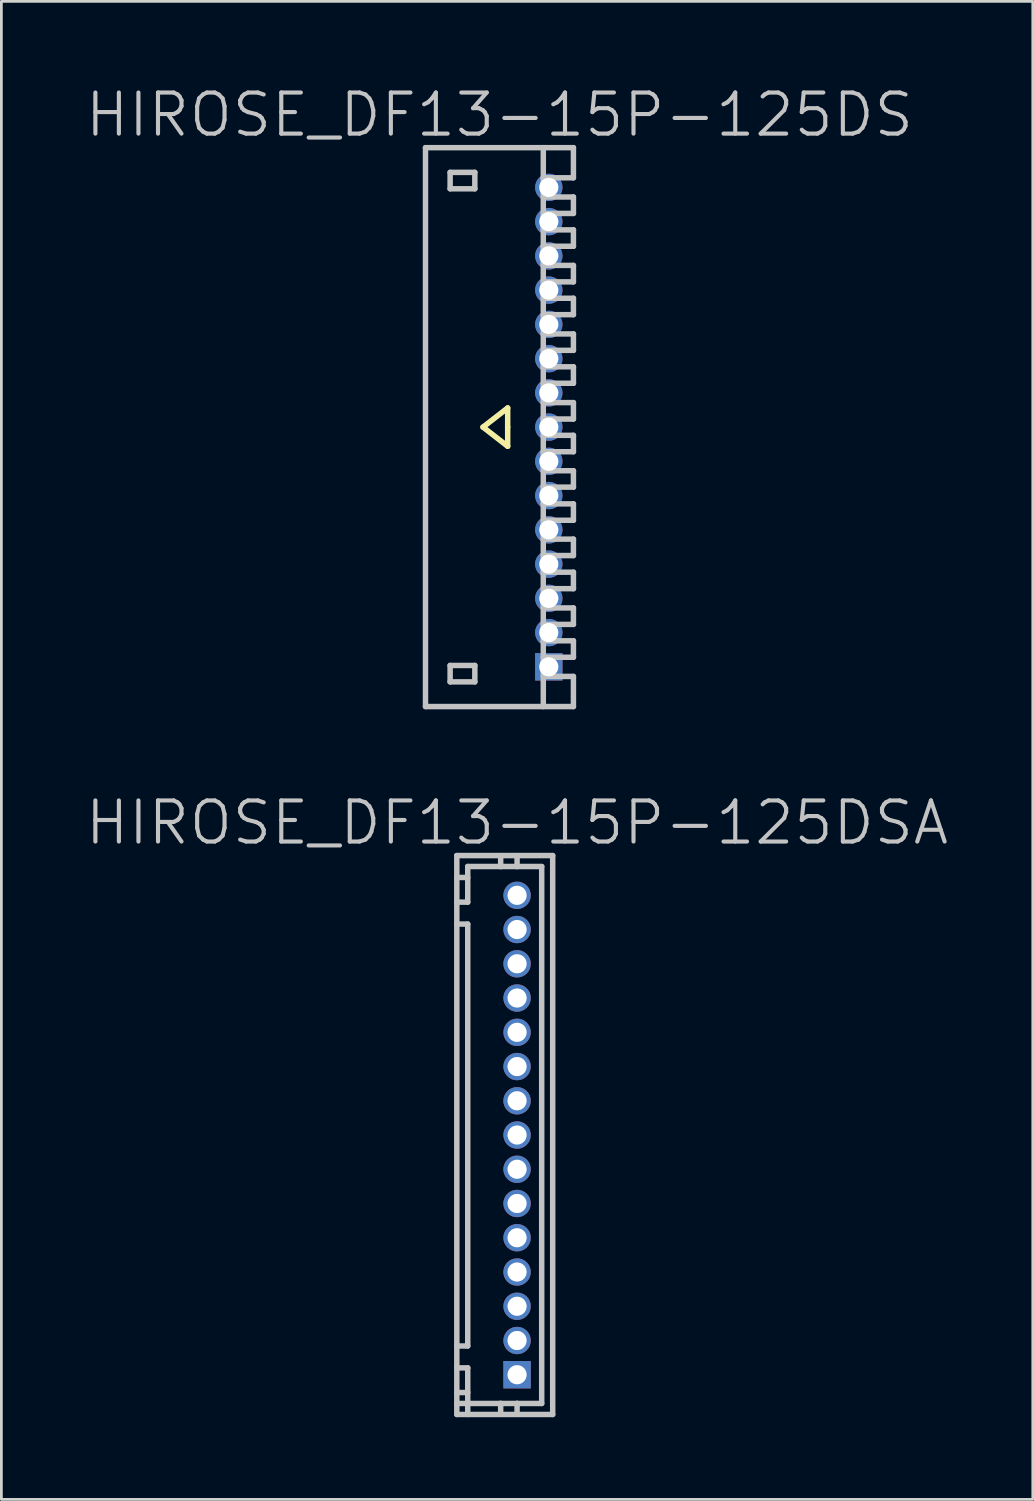
<source format=kicad_pcb>
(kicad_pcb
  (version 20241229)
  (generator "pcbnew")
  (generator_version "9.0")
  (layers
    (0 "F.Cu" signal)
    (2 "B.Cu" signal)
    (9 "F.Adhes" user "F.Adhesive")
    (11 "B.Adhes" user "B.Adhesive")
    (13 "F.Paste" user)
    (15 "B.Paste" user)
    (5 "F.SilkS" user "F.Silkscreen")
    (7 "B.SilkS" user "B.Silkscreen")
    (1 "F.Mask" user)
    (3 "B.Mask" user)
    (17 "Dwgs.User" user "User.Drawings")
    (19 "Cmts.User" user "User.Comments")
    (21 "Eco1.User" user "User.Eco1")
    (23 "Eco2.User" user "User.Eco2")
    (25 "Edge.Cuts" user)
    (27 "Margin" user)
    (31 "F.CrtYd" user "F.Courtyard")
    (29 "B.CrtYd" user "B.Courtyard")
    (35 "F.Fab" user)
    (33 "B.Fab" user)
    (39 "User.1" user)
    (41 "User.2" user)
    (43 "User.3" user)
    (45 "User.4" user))
  (footprint "HIROSE_DF13-15P-125DSA"
    (layer "F.Cu")
    (at 15.825 38.382)
    (property "Reference" "HIROSE_DF13-15P-125DSA" (at 0 -11.4 180) (layer "Dwgs.User") (effects (font (size 1.5 1.5) (thickness 0.15))))
    (attr through_hole)
    (fp_line (start -2.2 -10.201) (end -2.2 10.201) (stroke (width 0.2) (type solid)) (layer "Dwgs.User"))
    (fp_line (start -2.2 -10.201) (end 1.3 -10.201) (stroke (width 0.2) (type solid)) (layer "Dwgs.User"))
    (fp_line (start -2.2 -7.701) (end -1.801 -7.701) (stroke (width 0.2) (type solid)) (layer "Dwgs.User"))
    (fp_line (start -2.2 7.701) (end -1.801 7.701) (stroke (width 0.2) (type solid)) (layer "Dwgs.User"))
    (fp_line (start -1.801 -9.401) (end -2.2 -9.401) (stroke (width 0.2) (type solid)) (layer "Dwgs.User"))
    (fp_line (start -1.801 -8.501) (end -2.2 -8.501) (stroke (width 0.2) (type solid)) (layer "Dwgs.User"))
    (fp_line (start -1.801 -8.501) (end -1.801 -9.802) (stroke (width 0.2) (type solid)) (layer "Dwgs.User"))
    (fp_line (start -1.801 7.699) (end -1.801 -7.699) (stroke (width 0.2) (type solid)) (layer "Dwgs.User"))
    (fp_line (start -1.801 8.499) (end -2.2 8.499) (stroke (width 0.2) (type solid)) (layer "Dwgs.User"))
    (fp_line (start -1.801 8.499) (end -1.801 10.201) (stroke (width 0.2) (type solid)) (layer "Dwgs.User"))
    (fp_line (start -1.801 9.401) (end -2.2 9.401) (stroke (width 0.2) (type solid)) (layer "Dwgs.User"))
    (fp_line (start -0.599 -9.797) (end -0.599 -10.198) (stroke (width 0.2) (type solid)) (layer "Dwgs.User"))
    (fp_line (start -0.599 10.193) (end -0.599 9.792) (stroke (width 0.2) (type solid)) (layer "Dwgs.User"))
    (fp_line (start -0.099 -8.801) (end -0.099 -8.6) (stroke (width 0.2) (type solid)) (layer "Dwgs.User"))
    (fp_line (start -0.099 -8.6) (end 0.099 -8.6) (stroke (width 0.2) (type solid)) (layer "Dwgs.User"))
    (fp_line (start -0.099 -7.6) (end -0.099 -7.399) (stroke (width 0.2) (type solid)) (layer "Dwgs.User"))
    (fp_line (start -0.099 -7.399) (end 0.099 -7.399) (stroke (width 0.2) (type solid)) (layer "Dwgs.User"))
    (fp_line (start -0.099 -6.299) (end -0.099 -6.101) (stroke (width 0.2) (type solid)) (layer "Dwgs.User"))
    (fp_line (start -0.099 -6.101) (end 0.099 -6.101) (stroke (width 0.2) (type solid)) (layer "Dwgs.User"))
    (fp_line (start -0.099 -5.1) (end -0.099 -4.9) (stroke (width 0.2) (type solid)) (layer "Dwgs.User"))
    (fp_line (start -0.099 -4.9) (end 0.099 -4.9) (stroke (width 0.2) (type solid)) (layer "Dwgs.User"))
    (fp_line (start -0.099 -3.8) (end -0.099 -3.599) (stroke (width 0.2) (type solid)) (layer "Dwgs.User"))
    (fp_line (start -0.099 -3.599) (end 0.099 -3.599) (stroke (width 0.2) (type solid)) (layer "Dwgs.User"))
    (fp_line (start -0.099 -2.601) (end -0.099 -2.4) (stroke (width 0.2) (type solid)) (layer "Dwgs.User"))
    (fp_line (start -0.099 -2.4) (end 0.099 -2.4) (stroke (width 0.2) (type solid)) (layer "Dwgs.User"))
    (fp_line (start -0.099 -1.3) (end -0.099 -1.1) (stroke (width 0.2) (type solid)) (layer "Dwgs.User"))
    (fp_line (start -0.099 -1.1) (end 0.099 -1.1) (stroke (width 0.2) (type solid)) (layer "Dwgs.User"))
    (fp_line (start -0.099 -0.099) (end 0.099 -0.099) (stroke (width 0.2) (type solid)) (layer "Dwgs.User"))
    (fp_line (start -0.099 0.099) (end -0.099 -0.099) (stroke (width 0.2) (type solid)) (layer "Dwgs.User"))
    (fp_line (start -0.099 1.1) (end 0.099 1.1) (stroke (width 0.2) (type solid)) (layer "Dwgs.User"))
    (fp_line (start -0.099 1.3) (end -0.099 1.1) (stroke (width 0.2) (type solid)) (layer "Dwgs.User"))
    (fp_line (start -0.099 2.4) (end -0.099 2.601) (stroke (width 0.2) (type solid)) (layer "Dwgs.User"))
    (fp_line (start -0.099 2.601) (end 0.099 2.601) (stroke (width 0.2) (type solid)) (layer "Dwgs.User"))
    (fp_line (start -0.099 3.599) (end 0.099 3.599) (stroke (width 0.2) (type solid)) (layer "Dwgs.User"))
    (fp_line (start -0.099 3.8) (end -0.099 3.599) (stroke (width 0.2) (type solid)) (layer "Dwgs.User"))
    (fp_line (start -0.099 4.9) (end 0.099 4.9) (stroke (width 0.2) (type solid)) (layer "Dwgs.User"))
    (fp_line (start -0.099 5.1) (end -0.099 4.9) (stroke (width 0.2) (type solid)) (layer "Dwgs.User"))
    (fp_line (start -0.099 6.101) (end 0.099 6.101) (stroke (width 0.2) (type solid)) (layer "Dwgs.User"))
    (fp_line (start -0.099 6.299) (end -0.099 6.101) (stroke (width 0.2) (type solid)) (layer "Dwgs.User"))
    (fp_line (start -0.099 7.399) (end 0.099 7.399) (stroke (width 0.2) (type solid)) (layer "Dwgs.User"))
    (fp_line (start -0.099 7.6) (end -0.099 7.399) (stroke (width 0.2) (type solid)) (layer "Dwgs.User"))
    (fp_line (start -0.099 8.6) (end 0.099 8.6) (stroke (width 0.2) (type solid)) (layer "Dwgs.User"))
    (fp_line (start -0.099 8.801) (end -0.099 8.6) (stroke (width 0.2) (type solid)) (layer "Dwgs.User"))
    (fp_line (start 0 -9.797) (end 0 -10.198) (stroke (width 0.2) (type solid)) (layer "Dwgs.User"))
    (fp_line (start 0 9.792) (end 0 10.193) (stroke (width 0.2) (type solid)) (layer "Dwgs.User"))
    (fp_line (start 0.099 -8.801) (end -0.099 -8.801) (stroke (width 0.2) (type solid)) (layer "Dwgs.User"))
    (fp_line (start 0.099 -8.6) (end 0.099 -8.801) (stroke (width 0.2) (type solid)) (layer "Dwgs.User"))
    (fp_line (start 0.099 -7.6) (end -0.099 -7.6) (stroke (width 0.2) (type solid)) (layer "Dwgs.User"))
    (fp_line (start 0.099 -7.399) (end 0.099 -7.6) (stroke (width 0.2) (type solid)) (layer "Dwgs.User"))
    (fp_line (start 0.099 -6.299) (end -0.099 -6.299) (stroke (width 0.2) (type solid)) (layer "Dwgs.User"))
    (fp_line (start 0.099 -6.101) (end 0.099 -6.299) (stroke (width 0.2) (type solid)) (layer "Dwgs.User"))
    (fp_line (start 0.099 -5.1) (end -0.099 -5.1) (stroke (width 0.2) (type solid)) (layer "Dwgs.User"))
    (fp_line (start 0.099 -4.9) (end 0.099 -5.1) (stroke (width 0.2) (type solid)) (layer "Dwgs.User"))
    (fp_line (start 0.099 -3.8) (end -0.099 -3.8) (stroke (width 0.2) (type solid)) (layer "Dwgs.User"))
    (fp_line (start 0.099 -3.599) (end 0.099 -3.8) (stroke (width 0.2) (type solid)) (layer "Dwgs.User"))
    (fp_line (start 0.099 -2.601) (end -0.099 -2.601) (stroke (width 0.2) (type solid)) (layer "Dwgs.User"))
    (fp_line (start 0.099 -2.4) (end 0.099 -2.601) (stroke (width 0.2) (type solid)) (layer "Dwgs.User"))
    (fp_line (start 0.099 -1.3) (end -0.099 -1.3) (stroke (width 0.2) (type solid)) (layer "Dwgs.User"))
    (fp_line (start 0.099 -1.1) (end 0.099 -1.3) (stroke (width 0.2) (type solid)) (layer "Dwgs.User"))
    (fp_line (start 0.099 -0.099) (end 0.099 0.099) (stroke (width 0.2) (type solid)) (layer "Dwgs.User"))
    (fp_line (start 0.099 0.099) (end -0.099 0.099) (stroke (width 0.2) (type solid)) (layer "Dwgs.User"))
    (fp_line (start 0.099 1.1) (end 0.099 1.3) (stroke (width 0.2) (type solid)) (layer "Dwgs.User"))
    (fp_line (start 0.099 1.3) (end -0.099 1.3) (stroke (width 0.2) (type solid)) (layer "Dwgs.User"))
    (fp_line (start 0.099 2.4) (end -0.099 2.4) (stroke (width 0.2) (type solid)) (layer "Dwgs.User"))
    (fp_line (start 0.099 2.601) (end 0.099 2.4) (stroke (width 0.2) (type solid)) (layer "Dwgs.User"))
    (fp_line (start 0.099 3.599) (end 0.099 3.8) (stroke (width 0.2) (type solid)) (layer "Dwgs.User"))
    (fp_line (start 0.099 3.8) (end -0.099 3.8) (stroke (width 0.2) (type solid)) (layer "Dwgs.User"))
    (fp_line (start 0.099 4.9) (end 0.099 5.1) (stroke (width 0.2) (type solid)) (layer "Dwgs.User"))
    (fp_line (start 0.099 5.1) (end -0.099 5.1) (stroke (width 0.2) (type solid)) (layer "Dwgs.User"))
    (fp_line (start 0.099 6.101) (end 0.099 6.299) (stroke (width 0.2) (type solid)) (layer "Dwgs.User"))
    (fp_line (start 0.099 6.299) (end -0.099 6.299) (stroke (width 0.2) (type solid)) (layer "Dwgs.User"))
    (fp_line (start 0.099 7.399) (end 0.099 7.6) (stroke (width 0.2) (type solid)) (layer "Dwgs.User"))
    (fp_line (start 0.099 7.6) (end -0.099 7.6) (stroke (width 0.2) (type solid)) (layer "Dwgs.User"))
    (fp_line (start 0.099 8.6) (end 0.099 8.801) (stroke (width 0.2) (type solid)) (layer "Dwgs.User"))
    (fp_line (start 0.099 8.801) (end -0.099 8.801) (stroke (width 0.2) (type solid)) (layer "Dwgs.User"))
    (fp_line (start 0.899 -9.802) (end -1.801 -9.802) (stroke (width 0.2) (type solid)) (layer "Dwgs.User"))
    (fp_line (start 0.899 -9.799) (end 0.899 9.799) (stroke (width 0.2) (type solid)) (layer "Dwgs.User"))
    (fp_line (start 0.899 9.799) (end -2.2 9.799) (stroke (width 0.2) (type solid)) (layer "Dwgs.User"))
    (fp_line (start 1.3 10.201) (end -2.2 10.201) (stroke (width 0.2) (type solid)) (layer "Dwgs.User"))
    (fp_line (start 1.3 10.201) (end 1.3 -10.201) (stroke (width 0.2) (type solid)) (layer "Dwgs.User"))
    (pad "1" thru_hole rect (at 0 8.75 270) (size 1 1) (drill 0.7) (layers "*.Cu" "*.Mask"))
    (pad "2" thru_hole circle (at 0 7.501 270) (size 1 1) (drill 0.7) (layers "*.Cu" "*.Mask"))
    (pad "3" thru_hole circle (at 0 6.251 270) (size 1 1) (drill 0.7) (layers "*.Cu" "*.Mask"))
    (pad "4" thru_hole circle (at 0 5.001 270) (size 1 1) (drill 0.7) (layers "*.Cu" "*.Mask"))
    (pad "5" thru_hole circle (at 0 3.749 270) (size 1 1) (drill 0.7) (layers "*.Cu" "*.Mask"))
    (pad "6" thru_hole circle (at 0 2.499 270) (size 1 1) (drill 0.7) (layers "*.Cu" "*.Mask"))
    (pad "7" thru_hole circle (at 0 1.25 270) (size 1 1) (drill 0.7) (layers "*.Cu" "*.Mask"))
    (pad "8" thru_hole circle (at 0 0 270) (size 1 1) (drill 0.7) (layers "*.Cu" "*.Mask"))
    (pad "9" thru_hole circle (at 0 -1.25 270) (size 1 1) (drill 0.7) (layers "*.Cu" "*.Mask"))
    (pad "10" thru_hole circle (at 0 -2.499 270) (size 1 1) (drill 0.7) (layers "*.Cu" "*.Mask"))
    (pad "11" thru_hole circle (at 0 -3.749 270) (size 1 1) (drill 0.7) (layers "*.Cu" "*.Mask"))
    (pad "12" thru_hole circle (at 0 -5.001 270) (size 1 1) (drill 0.7) (layers "*.Cu" "*.Mask"))
    (pad "13" thru_hole circle (at 0 -6.251 270) (size 1 1) (drill 0.7) (layers "*.Cu" "*.Mask"))
    (pad "14" thru_hole circle (at 0 -7.501 270) (size 1 1) (drill 0.7) (layers "*.Cu" "*.Mask"))
    (pad "15" thru_hole circle (at 0 -8.75 270) (size 1 1) (drill 0.7) (layers "*.Cu" "*.Mask")))
  (footprint "HIROSE_DF13-15P-125DS"
    (layer "F.Cu")
    (at 15.182 12.541)
    (property "Reference" "HIROSE_DF13-15P-125DS" (at 0 -11.4 180) (layer "Dwgs.User") (effects (font (size 1.5 1.5) (thickness 0.15))))
    (attr through_hole)
    (fp_line (start -0.6 0) (end 0.3 0.7) (stroke (width 0.2) (type solid)) (layer "F.SilkS"))
    (fp_line (start 0.3 -0.7) (end -0.6 0) (stroke (width 0.2) (type solid)) (layer "F.SilkS"))
    (fp_line (start 0.3 0) (end 0.3 -0.7) (stroke (width 0.2) (type solid)) (layer "F.SilkS"))
    (fp_line (start 0.3 0.7) (end 0.3 0) (stroke (width 0.2) (type solid)) (layer "F.SilkS"))
    (fp_line (start -2.7 -10.201) (end -2.7 10.201) (stroke (width 0.2) (type solid)) (layer "Dwgs.User"))
    (fp_line (start -2.7 -10.201) (end 2.7 -10.201) (stroke (width 0.2) (type solid)) (layer "Dwgs.User"))
    (fp_line (start -2.7 10.201) (end 2.7 10.201) (stroke (width 0.2) (type solid)) (layer "Dwgs.User"))
    (fp_line (start -1.801 -9.299) (end -1.801 -8.7) (stroke (width 0.2) (type solid)) (layer "Dwgs.User"))
    (fp_line (start -1.801 -8.7) (end -0.899 -8.7) (stroke (width 0.2) (type solid)) (layer "Dwgs.User"))
    (fp_line (start -1.801 8.7) (end -0.899 8.7) (stroke (width 0.2) (type solid)) (layer "Dwgs.User"))
    (fp_line (start -1.801 9.299) (end -1.801 8.7) (stroke (width 0.2) (type solid)) (layer "Dwgs.User"))
    (fp_line (start -0.899 -9.299) (end -1.801 -9.299) (stroke (width 0.2) (type solid)) (layer "Dwgs.User"))
    (fp_line (start -0.899 -8.7) (end -0.899 -9.299) (stroke (width 0.2) (type solid)) (layer "Dwgs.User"))
    (fp_line (start -0.899 8.7) (end -0.899 9.299) (stroke (width 0.2) (type solid)) (layer "Dwgs.User"))
    (fp_line (start -0.899 9.299) (end -1.801 9.299) (stroke (width 0.2) (type solid)) (layer "Dwgs.User"))
    (fp_line (start 1.6 -9.101) (end 2.7 -9.101) (stroke (width 0.2) (type solid)) (layer "Dwgs.User"))
    (fp_line (start 1.6 -7.8) (end 2.7 -7.8) (stroke (width 0.2) (type solid)) (layer "Dwgs.User"))
    (fp_line (start 1.6 -6.601) (end 2.7 -6.601) (stroke (width 0.2) (type solid)) (layer "Dwgs.User"))
    (fp_line (start 1.6 -5.301) (end 2.7 -5.301) (stroke (width 0.2) (type solid)) (layer "Dwgs.User"))
    (fp_line (start 1.6 -4.105) (end 2.7 -4.105) (stroke (width 0.2) (type solid)) (layer "Dwgs.User"))
    (fp_line (start 1.6 -2.802) (end 2.7 -2.802) (stroke (width 0.2) (type solid)) (layer "Dwgs.User"))
    (fp_line (start 1.6 0.899) (end 2.7 0.899) (stroke (width 0.2) (type solid)) (layer "Dwgs.User"))
    (fp_line (start 1.6 1.593) (end 2.7 1.593) (stroke (width 0.2) (type solid)) (layer "Dwgs.User"))
    (fp_line (start 1.6 2.192) (end 2.7 2.192) (stroke (width 0.2) (type solid)) (layer "Dwgs.User"))
    (fp_line (start 1.6 2.802) (end 2.7 2.802) (stroke (width 0.2) (type solid)) (layer "Dwgs.User"))
    (fp_line (start 1.6 4.089) (end 2.7 4.089) (stroke (width 0.2) (type solid)) (layer "Dwgs.User"))
    (fp_line (start 1.6 5.296) (end 2.7 5.296) (stroke (width 0.2) (type solid)) (layer "Dwgs.User"))
    (fp_line (start 1.6 6.601) (end 2.7 6.601) (stroke (width 0.2) (type solid)) (layer "Dwgs.User"))
    (fp_line (start 1.6 7.8) (end 2.7 7.8) (stroke (width 0.2) (type solid)) (layer "Dwgs.User"))
    (fp_line (start 1.6 9.101) (end 2.7 9.101) (stroke (width 0.2) (type solid)) (layer "Dwgs.User"))
    (fp_line (start 1.6 10.201) (end 1.6 -10.201) (stroke (width 0.2) (type solid)) (layer "Dwgs.User"))
    (fp_line (start 2.7 -9.101) (end 2.7 -10.201) (stroke (width 0.2) (type solid)) (layer "Dwgs.User"))
    (fp_line (start 2.7 -8.4) (end 1.6 -8.4) (stroke (width 0.2) (type solid)) (layer "Dwgs.User"))
    (fp_line (start 2.7 -7.8) (end 2.7 -8.4) (stroke (width 0.2) (type solid)) (layer "Dwgs.User"))
    (fp_line (start 2.7 -7.201) (end 1.6 -7.201) (stroke (width 0.2) (type solid)) (layer "Dwgs.User"))
    (fp_line (start 2.7 -6.601) (end 2.7 -7.201) (stroke (width 0.2) (type solid)) (layer "Dwgs.User"))
    (fp_line (start 2.7 -5.903) (end 1.6 -5.903) (stroke (width 0.2) (type solid)) (layer "Dwgs.User"))
    (fp_line (start 2.7 -5.301) (end 2.7 -5.903) (stroke (width 0.2) (type solid)) (layer "Dwgs.User"))
    (fp_line (start 2.7 -4.704) (end 1.6 -4.704) (stroke (width 0.2) (type solid)) (layer "Dwgs.User"))
    (fp_line (start 2.7 -4.105) (end 2.7 -4.704) (stroke (width 0.2) (type solid)) (layer "Dwgs.User"))
    (fp_line (start 2.7 -3.401) (end 1.6 -3.401) (stroke (width 0.2) (type solid)) (layer "Dwgs.User"))
    (fp_line (start 2.7 -2.802) (end 2.7 -3.401) (stroke (width 0.2) (type solid)) (layer "Dwgs.User"))
    (fp_line (start 2.7 -2.202) (end 1.6 -2.202) (stroke (width 0.2) (type solid)) (layer "Dwgs.User"))
    (fp_line (start 2.7 -1.6) (end 1.6 -1.6) (stroke (width 0.2) (type solid)) (layer "Dwgs.User"))
    (fp_line (start 2.7 -1.6) (end 2.7 -2.202) (stroke (width 0.2) (type solid)) (layer "Dwgs.User"))
    (fp_line (start 2.7 -0.894) (end 1.6 -0.894) (stroke (width 0.2) (type solid)) (layer "Dwgs.User"))
    (fp_line (start 2.7 -0.295) (end 1.6 -0.295) (stroke (width 0.2) (type solid)) (layer "Dwgs.User"))
    (fp_line (start 2.7 -0.295) (end 2.7 -0.894) (stroke (width 0.2) (type solid)) (layer "Dwgs.User"))
    (fp_line (start 2.7 0.3) (end 1.6 0.3) (stroke (width 0.2) (type solid)) (layer "Dwgs.User"))
    (fp_line (start 2.7 0.899) (end 2.7 0.3) (stroke (width 0.2) (type solid)) (layer "Dwgs.User"))
    (fp_line (start 2.7 2.192) (end 2.7 1.593) (stroke (width 0.2) (type solid)) (layer "Dwgs.User"))
    (fp_line (start 2.7 2.802) (end 2.7 3.401) (stroke (width 0.2) (type solid)) (layer "Dwgs.User"))
    (fp_line (start 2.7 3.401) (end 1.6 3.401) (stroke (width 0.2) (type solid)) (layer "Dwgs.User"))
    (fp_line (start 2.7 4.089) (end 2.7 4.689) (stroke (width 0.2) (type solid)) (layer "Dwgs.User"))
    (fp_line (start 2.7 4.689) (end 1.6 4.689) (stroke (width 0.2) (type solid)) (layer "Dwgs.User"))
    (fp_line (start 2.7 5.296) (end 2.7 5.898) (stroke (width 0.2) (type solid)) (layer "Dwgs.User"))
    (fp_line (start 2.7 5.898) (end 1.6 5.898) (stroke (width 0.2) (type solid)) (layer "Dwgs.User"))
    (fp_line (start 2.7 6.601) (end 2.7 7.201) (stroke (width 0.2) (type solid)) (layer "Dwgs.User"))
    (fp_line (start 2.7 7.201) (end 1.6 7.201) (stroke (width 0.2) (type solid)) (layer "Dwgs.User"))
    (fp_line (start 2.7 7.8) (end 2.7 8.402) (stroke (width 0.2) (type solid)) (layer "Dwgs.User"))
    (fp_line (start 2.7 8.402) (end 1.6 8.402) (stroke (width 0.2) (type solid)) (layer "Dwgs.User"))
    (fp_line (start 2.7 10.201) (end 2.7 9.101) (stroke (width 0.2) (type solid)) (layer "Dwgs.User"))
    (pad "1" thru_hole rect (at 1.801 8.75 270) (size 1 1) (drill 0.7) (layers "*.Cu" "*.Mask"))
    (pad "2" thru_hole circle (at 1.801 7.501 270) (size 1 1) (drill 0.7) (layers "*.Cu" "*.Mask"))
    (pad "3" thru_hole circle (at 1.801 6.251 270) (size 1 1) (drill 0.7) (layers "*.Cu" "*.Mask"))
    (pad "4" thru_hole circle (at 1.801 5.001 270) (size 1 1) (drill 0.7) (layers "*.Cu" "*.Mask"))
    (pad "5" thru_hole circle (at 1.801 3.749 270) (size 1 1) (drill 0.7) (layers "*.Cu" "*.Mask"))
    (pad "6" thru_hole circle (at 1.801 2.499 270) (size 1 1) (drill 0.7) (layers "*.Cu" "*.Mask"))
    (pad "7" thru_hole circle (at 1.801 1.25 270) (size 1 1) (drill 0.7) (layers "*.Cu" "*.Mask"))
    (pad "8" thru_hole circle (at 1.801 0 270) (size 1 1) (drill 0.7) (layers "*.Cu" "*.Mask"))
    (pad "9" thru_hole circle (at 1.801 -1.25 270) (size 1 1) (drill 0.7) (layers "*.Cu" "*.Mask"))
    (pad "10" thru_hole circle (at 1.801 -2.499 270) (size 1 1) (drill 0.7) (layers "*.Cu" "*.Mask"))
    (pad "11" thru_hole circle (at 1.801 -3.749 270) (size 1 1) (drill 0.7) (layers "*.Cu" "*.Mask"))
    (pad "12" thru_hole circle (at 1.801 -5.001 270) (size 1 1) (drill 0.7) (layers "*.Cu" "*.Mask"))
    (pad "13" thru_hole circle (at 1.801 -6.251 270) (size 1 1) (drill 0.7) (layers "*.Cu" "*.Mask"))
    (pad "14" thru_hole circle (at 1.801 -7.501 270) (size 1 1) (drill 0.7) (layers "*.Cu" "*.Mask"))
    (pad "15" thru_hole circle (at 1.801 -8.75 270) (size 1 1) (drill 0.7) (layers "*.Cu" "*.Mask")))
  (gr_rect
    (start -3 -3)
    (end 34.65 51.683)
    (stroke (width 0.1) (type default))
    (fill no)
    (layer "Edge.Cuts")))
</source>
